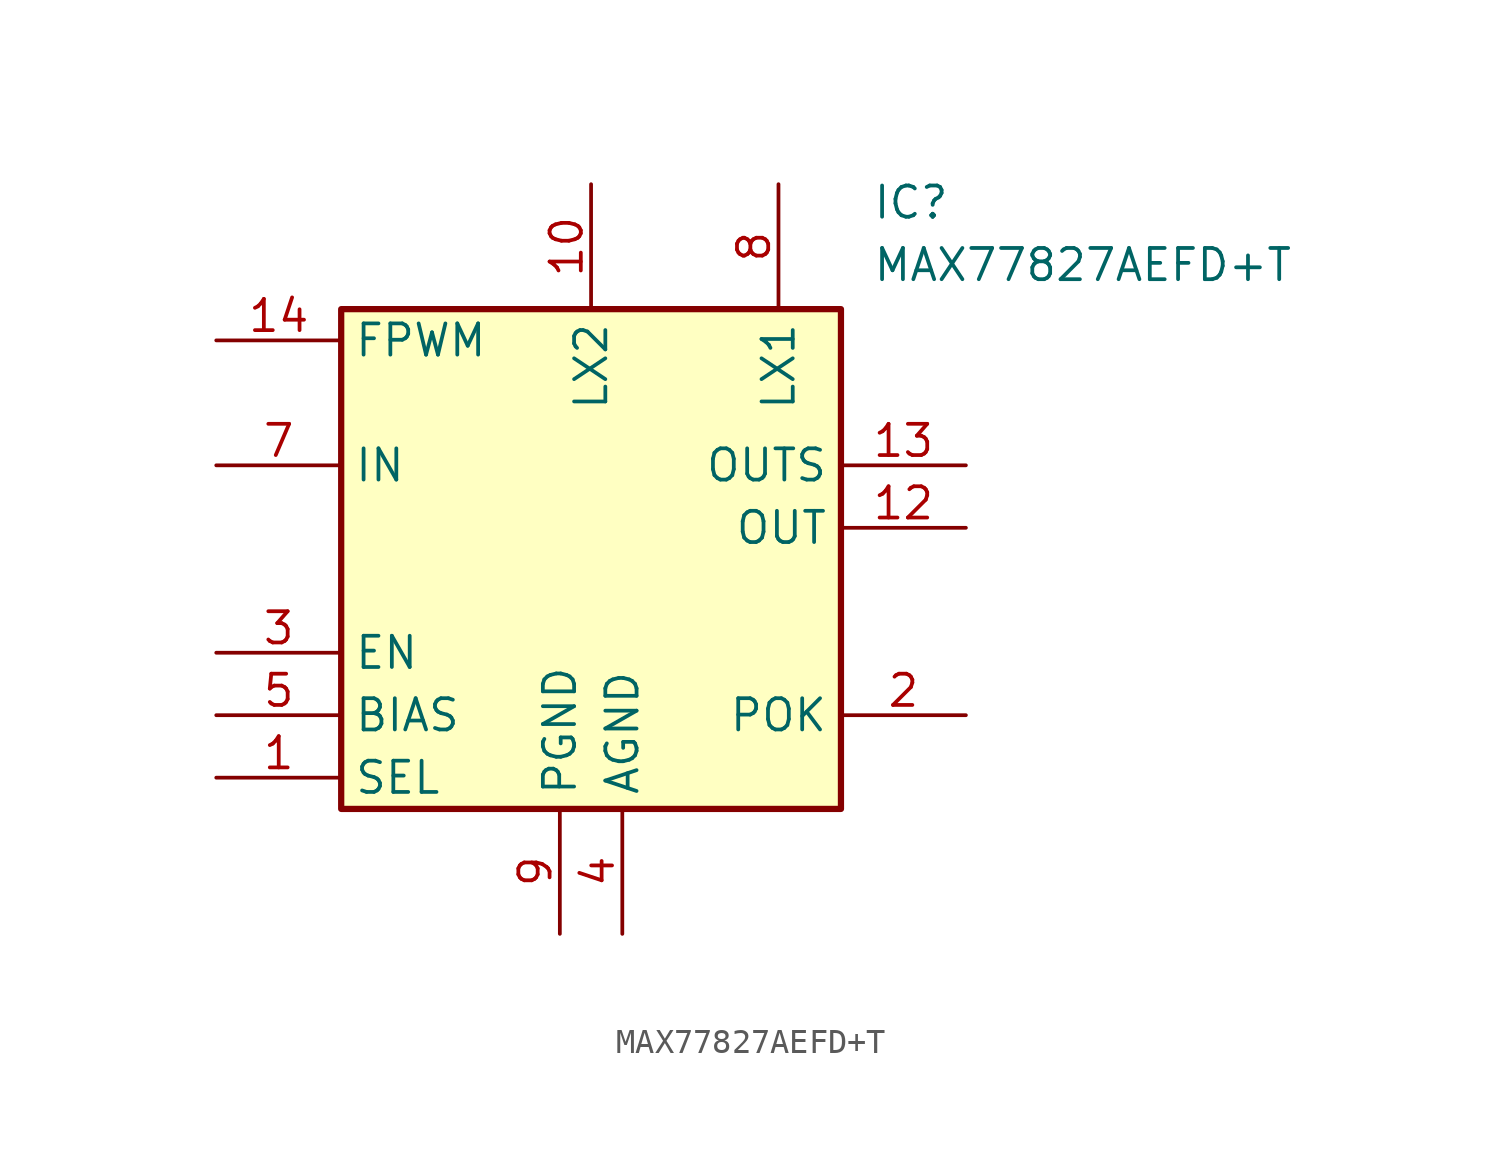
<source format=kicad_sym>
(kicad_symbol_lib
  (version 20220914)
  (generator kicad_symbol_editor)
  (symbol "MAX77827AEFD+T"
    (property "Reference" "IC"
      (at 26.67 15.24 0)
      (effects (font (size 1.27 1.27)) (justify left top)))
    (property "Value" "MAX77827AEFD+T"
      (at 26.67 12.7 0)
      (effects (font (size 1.27 1.27)) (justify left top)))
    (symbol "MAX77827AEFD+T_1_1"
      (rectangle (start 5.08 10.16) (end 25.4 -10.16) (stroke (width 0.254) (type default)) (fill (type background)))
      (pin passive line (at 0 -8.89 0) (length 5.08) (name "SEL" (effects (font (size 1.27 1.27)))) (number "1" (effects (font (size 1.27 1.27)))))
      (pin passive line (at 15.24 15.24 270) (length 5.08) (name "LX2" (effects (font (size 1.27 1.27)))) (number "10" (effects (font (size 1.27 1.27)))))
      (pin passive line (at 30.48 1.27 180) (length 5.08) (name "OUT" (effects (font (size 1.27 1.27)))) (number "12" (effects (font (size 1.27 1.27)))))
      (pin passive line (at 30.48 3.81 180) (length 5.08) (name "OUTS" (effects (font (size 1.27 1.27)))) (number "13" (effects (font (size 1.27 1.27)))))
      (pin passive line (at 0 8.89 0) (length 5.08) (name "FPWM" (effects (font (size 1.27 1.27)))) (number "14" (effects (font (size 1.27 1.27)))))
      (pin passive line (at 30.48 -6.35 180) (length 5.08) (name "POK" (effects (font (size 1.27 1.27)))) (number "2" (effects (font (size 1.27 1.27)))))
      (pin passive line (at 0 -3.81 0) (length 5.08) (name "EN" (effects (font (size 1.27 1.27)))) (number "3" (effects (font (size 1.27 1.27)))))
      (pin passive line (at 16.51 -15.24 90) (length 5.08) (name "AGND" (effects (font (size 1.27 1.27)))) (number "4" (effects (font (size 1.27 1.27)))))
      (pin passive line (at 0 -6.35 0) (length 5.08) (name "BIAS" (effects (font (size 1.27 1.27)))) (number "5" (effects (font (size 1.27 1.27)))))
      (pin passive line (at 0 3.81 0) (length 5.08) (name "IN" (effects (font (size 1.27 1.27)))) (number "7" (effects (font (size 1.27 1.27)))))
      (pin passive line (at 22.86 15.24 270) (length 5.08) (name "LX1" (effects (font (size 1.27 1.27)))) (number "8" (effects (font (size 1.27 1.27)))))
      (pin passive line (at 13.97 -15.24 90) (length 5.08) (name "PGND" (effects (font (size 1.27 1.27)))) (number "9" (effects (font (size 1.27 1.27))))))))
</source>
